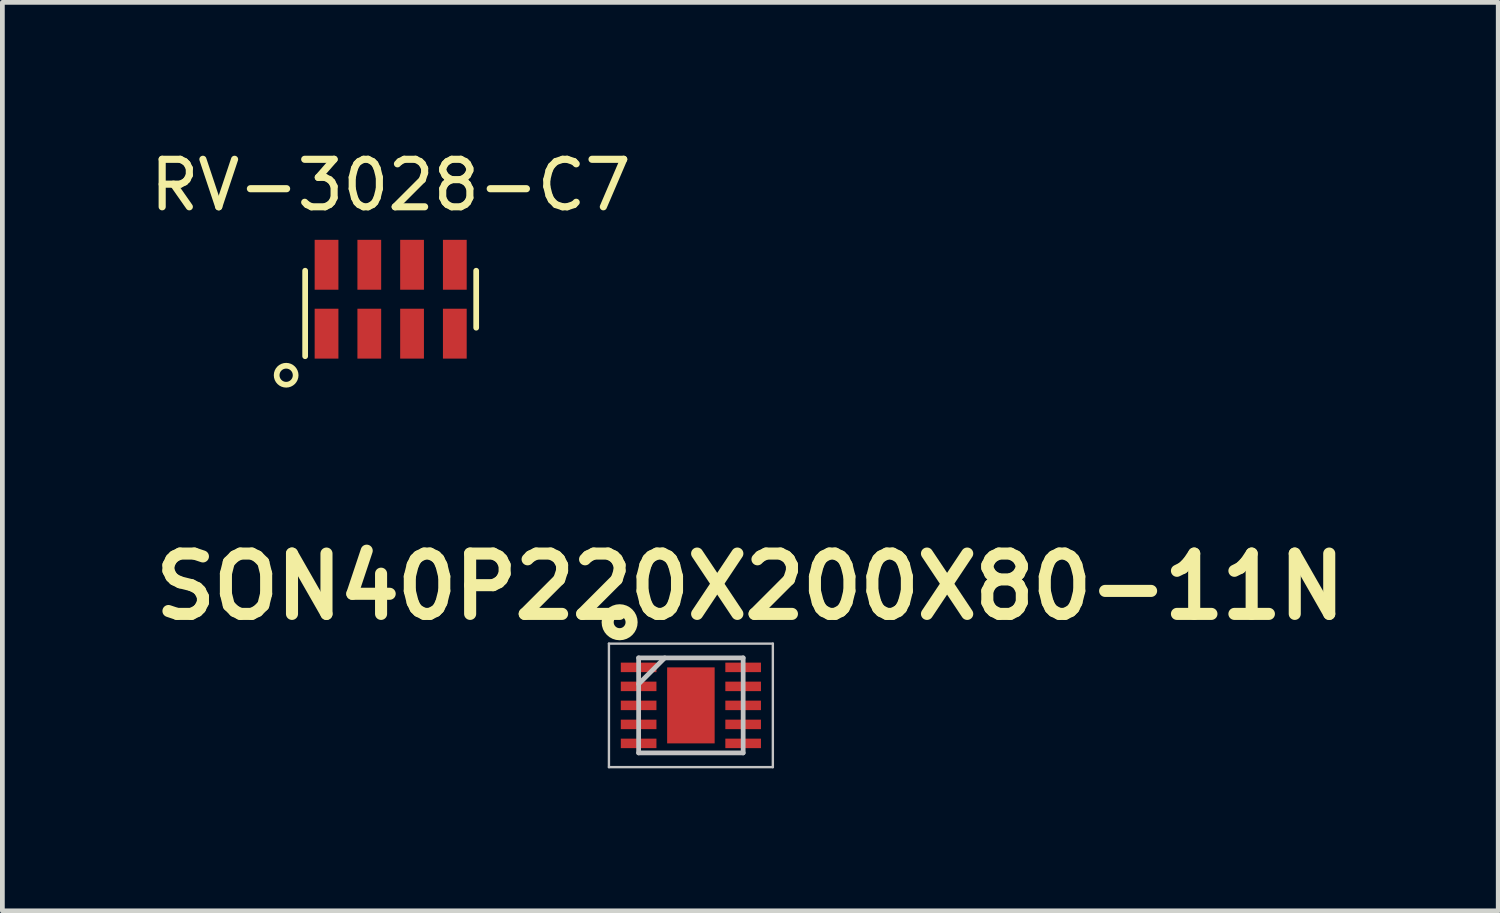
<source format=kicad_pcb>
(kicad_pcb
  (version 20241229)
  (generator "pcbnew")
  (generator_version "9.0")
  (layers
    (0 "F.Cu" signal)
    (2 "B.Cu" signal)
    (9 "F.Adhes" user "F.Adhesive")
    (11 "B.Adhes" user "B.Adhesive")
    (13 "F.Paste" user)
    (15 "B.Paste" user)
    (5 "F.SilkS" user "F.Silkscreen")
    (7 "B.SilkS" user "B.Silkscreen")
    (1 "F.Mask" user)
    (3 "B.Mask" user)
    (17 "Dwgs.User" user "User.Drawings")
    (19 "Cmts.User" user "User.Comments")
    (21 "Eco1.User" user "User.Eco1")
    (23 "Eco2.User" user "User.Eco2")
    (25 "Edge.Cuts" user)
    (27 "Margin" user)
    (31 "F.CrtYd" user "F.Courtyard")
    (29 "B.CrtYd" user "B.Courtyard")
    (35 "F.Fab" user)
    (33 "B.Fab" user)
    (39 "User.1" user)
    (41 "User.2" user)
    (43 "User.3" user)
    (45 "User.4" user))
  (footprint "RV-3028-C7"
    (layer "F.Cu")
    (at 5.173 3.248)
    (property "Reference" "RV-3028-C7" (at 0 -2.4 0) (unlocked yes) (layer "F.SilkS") (effects (font (size 1 1) (thickness 0.15))))
    (attr smd)
    (fp_line (start -1.8 -0.6) (end -1.8 1.2) (stroke (width 0.12) (type default)) (layer "F.SilkS"))
    (fp_line (start 1.8 -0.6) (end 1.8 0.6) (stroke (width 0.12) (type default)) (layer "F.SilkS"))
    (fp_circle (center -2.2 1.6) (end -2.2 1.4) (stroke (width 0.12) (type default)) (fill no) (layer "F.SilkS"))
    (pad "1" smd rect (at -1.35 0.725) (size 0.5 1.05) (layers "F.Cu" "F.Mask" "F.Paste"))
    (pad "2" smd rect (at -0.45 0.725) (size 0.5 1.05) (layers "F.Cu" "F.Mask" "F.Paste"))
    (pad "3" smd rect (at 0.45 0.725) (size 0.5 1.05) (layers "F.Cu" "F.Mask" "F.Paste"))
    (pad "4" smd rect (at 1.35 0.725) (size 0.5 1.05) (layers "F.Cu" "F.Mask" "F.Paste"))
    (pad "5" smd rect (at 1.35 -0.725) (size 0.5 1.05) (layers "F.Cu" "F.Mask" "F.Paste"))
    (pad "6" smd rect (at 0.45 -0.725) (size 0.5 1.05) (layers "F.Cu" "F.Mask" "F.Paste"))
    (pad "7" smd rect (at -0.45 -0.725) (size 0.5 1.05) (layers "F.Cu" "F.Mask" "F.Paste"))
    (pad "8" smd rect (at -1.35 -0.725) (size 0.5 1.05) (layers "F.Cu" "F.Mask" "F.Paste")))
  (footprint "SON40P220X200X80-11N"
    (layer "F.Cu")
    (at 11.492 11.797)
    (property "Reference" "SON40P220X200X80-11N" (at 1.25 -2.5 0) (layer "F.SilkS") (effects (font (size 1.27 1.27) (thickness 0.254))))
    (attr smd)
    (fp_circle (center -1.5 -1.75) (end -1.375 -1.75) (stroke (width 0.254) (type solid)) (fill no) (layer "F.SilkS"))
    (fp_line (start -1.725 -1.3) (end 1.725 -1.3) (stroke (width 0.05) (type solid)) (layer "Dwgs.User"))
    (fp_line (start -1.725 1.3) (end -1.725 -1.3) (stroke (width 0.05) (type solid)) (layer "Dwgs.User"))
    (fp_line (start -1.1 -1) (end 1.1 -1) (stroke (width 0.1) (type solid)) (layer "Dwgs.User"))
    (fp_line (start -1.1 -0.45) (end -0.55 -1) (stroke (width 0.1) (type solid)) (layer "Dwgs.User"))
    (fp_line (start -1.1 1) (end -1.1 -1) (stroke (width 0.1) (type solid)) (layer "Dwgs.User"))
    (fp_line (start 1.1 -1) (end 1.1 1) (stroke (width 0.1) (type solid)) (layer "Dwgs.User"))
    (fp_line (start 1.1 1) (end -1.1 1) (stroke (width 0.1) (type solid)) (layer "Dwgs.User"))
    (fp_line (start 1.725 -1.3) (end 1.725 1.3) (stroke (width 0.05) (type solid)) (layer "Dwgs.User"))
    (fp_line (start 1.725 1.3) (end -1.725 1.3) (stroke (width 0.05) (type solid)) (layer "Dwgs.User"))
    (pad "1" smd rect (at -1.1 -0.8 90) (size 0.2 0.75) (layers "F.Cu" "F.Mask" "F.Paste"))
    (pad "2" smd rect (at -1.1 -0.4 90) (size 0.2 0.75) (layers "F.Cu" "F.Mask" "F.Paste"))
    (pad "3" smd rect (at -1.1 0 90) (size 0.2 0.75) (layers "F.Cu" "F.Mask" "F.Paste"))
    (pad "4" smd rect (at -1.1 0.4 90) (size 0.2 0.75) (layers "F.Cu" "F.Mask" "F.Paste"))
    (pad "5" smd rect (at -1.1 0.8 90) (size 0.2 0.75) (layers "F.Cu" "F.Mask" "F.Paste"))
    (pad "6" smd rect (at 1.1 0.8 90) (size 0.2 0.75) (layers "F.Cu" "F.Mask" "F.Paste"))
    (pad "7" smd rect (at 1.1 0.4 90) (size 0.2 0.75) (layers "F.Cu" "F.Mask" "F.Paste"))
    (pad "8" smd rect (at 1.1 0 90) (size 0.2 0.75) (layers "F.Cu" "F.Mask" "F.Paste"))
    (pad "9" smd rect (at 1.1 -0.4 90) (size 0.2 0.75) (layers "F.Cu" "F.Mask" "F.Paste"))
    (pad "10" smd rect (at 1.1 -0.8 90) (size 0.2 0.75) (layers "F.Cu" "F.Mask" "F.Paste"))
    (pad "11" smd rect (at 0 0) (size 1 1.6) (layers "F.Cu" "F.Mask" "F.Paste")))
  (gr_rect
    (start -3 -3)
    (end 28.485 16.122)
    (stroke (width 0.1) (type default))
    (fill no)
    (layer "Edge.Cuts")))
</source>
